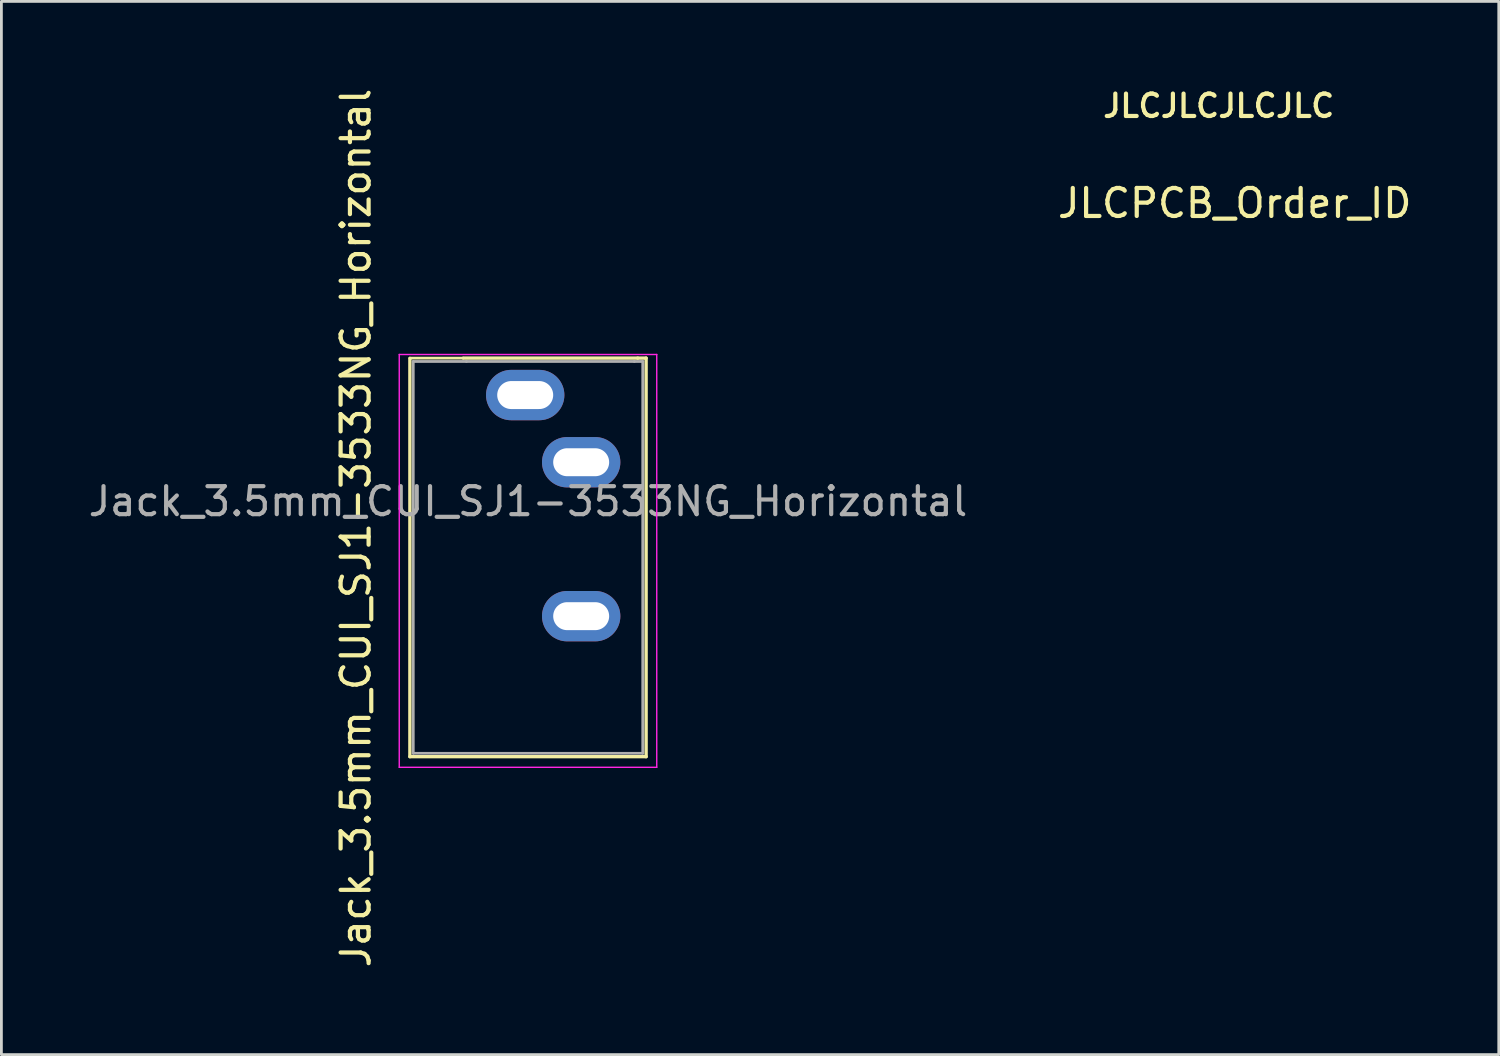
<source format=kicad_pcb>
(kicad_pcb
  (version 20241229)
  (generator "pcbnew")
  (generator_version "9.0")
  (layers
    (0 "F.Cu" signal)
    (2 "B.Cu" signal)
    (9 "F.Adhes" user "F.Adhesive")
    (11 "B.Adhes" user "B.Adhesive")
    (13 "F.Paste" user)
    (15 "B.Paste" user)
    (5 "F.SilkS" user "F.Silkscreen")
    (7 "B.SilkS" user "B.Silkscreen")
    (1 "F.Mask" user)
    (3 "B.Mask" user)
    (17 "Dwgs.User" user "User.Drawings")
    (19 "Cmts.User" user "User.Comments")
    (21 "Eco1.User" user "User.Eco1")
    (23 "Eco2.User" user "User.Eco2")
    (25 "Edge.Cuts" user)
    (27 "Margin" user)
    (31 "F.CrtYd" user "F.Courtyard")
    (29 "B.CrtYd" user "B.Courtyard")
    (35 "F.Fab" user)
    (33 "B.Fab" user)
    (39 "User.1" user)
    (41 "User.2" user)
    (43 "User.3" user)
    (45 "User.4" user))
  (footprint "JLCPCB_Order_ID"
    (layer "F.Cu")
    (at 40.485 1.361)
    (property "Reference" "JLCPCB_Order_ID" (at 0.58 2.85 0) (layer "F.SilkS") (effects (font (size 1 1) (thickness 0.15))))
    (attr through_hole)
    (fp_text user "JLCJLCJLCJLC" (at 0.01 -0.63 0) (layer "F.SilkS") (effects (font (size 0.8 0.8) (thickness 0.15)))))
  (footprint "Jack_3.5mm_CUI_SJ1-3533NG_Horizontal"
    (layer "F.Cu")
    (at 15.715 11.065)
    (property "Reference" "Jack_3.5mm_CUI_SJ1-3533NG_Horizontal" (at -6.05 4.75 90) (layer "F.SilkS") (effects (font (size 1 1) (thickness 0.15))))
    (attr through_hole)
    (fp_line (start -4.12 -1.32) (end -2.22 -1.32) (stroke (width 0.1) (type solid)) (layer "F.SilkS"))
    (fp_line (start -4.12 12.92) (end -4.12 -1.31) (stroke (width 0.12) (type solid)) (layer "F.SilkS"))
    (fp_line (start -2.21 -1.32) (end 4.02 -1.32) (stroke (width 0.12) (type solid)) (layer "F.SilkS"))
    (fp_line (start 4.02 -1.32) (end 4.32 -1.32) (stroke (width 0.12) (type solid)) (layer "F.SilkS"))
    (fp_line (start 4.32 -1.32) (end 4.32 12.92) (stroke (width 0.12) (type solid)) (layer "F.SilkS"))
    (fp_line (start 4.32 12.92) (end -4.12 12.92) (stroke (width 0.12) (type solid)) (layer "F.SilkS"))
    (fp_line (start -4.5 -1.45) (end -4.5 13.3) (stroke (width 0.05) (type solid)) (layer "F.CrtYd"))
    (fp_line (start -4.5 13.3) (end 4.7 13.3) (stroke (width 0.05) (type solid)) (layer "F.CrtYd"))
    (fp_line (start 4.7 -1.45) (end -4.5 -1.45) (stroke (width 0.05) (type solid)) (layer "F.CrtYd"))
    (fp_line (start 4.7 13.3) (end 4.7 -1.45) (stroke (width 0.05) (type solid)) (layer "F.CrtYd"))
    (fp_line (start -4 -1.2) (end -2.1 -1.2) (stroke (width 0.1) (type solid)) (layer "F.Fab"))
    (fp_line (start -4 12.8) (end -4 -1.2) (stroke (width 0.1) (type solid)) (layer "F.Fab"))
    (fp_line (start -2.1 -1.2) (end 3.9 -1.2) (stroke (width 0.1) (type solid)) (layer "F.Fab"))
    (fp_line (start 3.9 -1.2) (end 4.2 -1.2) (stroke (width 0.1) (type solid)) (layer "F.Fab"))
    (fp_line (start 4.2 -1.2) (end 4.2 12.8) (stroke (width 0.1) (type solid)) (layer "F.Fab"))
    (fp_line (start 4.2 12.8) (end -4 12.8) (stroke (width 0.1) (type solid)) (layer "F.Fab"))
    (fp_text user "${REFERENCE}" (at 0.1 3.8 0) (layer "F.Fab") (effects (font (size 1 1) (thickness 0.15))))
    (pad "R" thru_hole oval (at 2 7.9) (size 2.8 1.8) (drill oval 2 1) (layers "*.Cu" "*.Mask"))
    (pad "S" thru_hole oval (at 0 0) (size 2.8 1.8) (drill oval 2 1) (layers "*.Cu" "*.Mask"))
    (pad "T" thru_hole oval (at 2 2.4) (size 2.8 1.8) (drill oval 2 1) (layers "*.Cu" "*.Mask")))
  (gr_rect
    (start -3 -3)
    (end 50.5 34.631)
    (stroke (width 0.1) (type default))
    (fill no)
    (layer "Edge.Cuts")))
</source>
